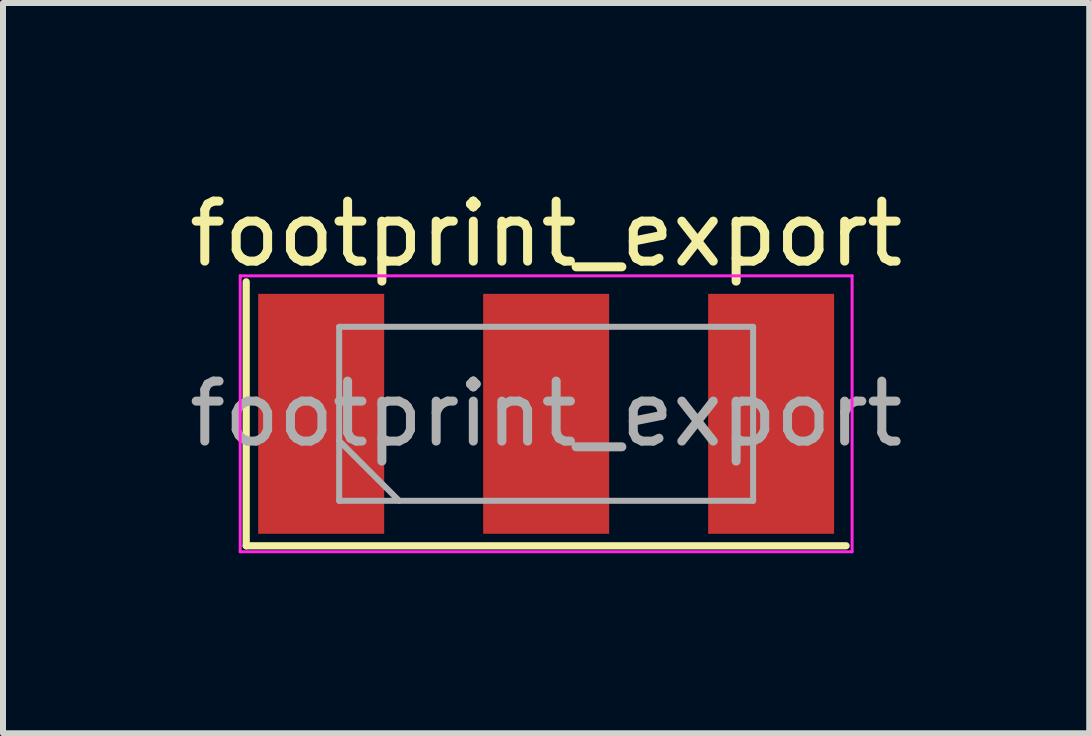
<source format=kicad_pcb>
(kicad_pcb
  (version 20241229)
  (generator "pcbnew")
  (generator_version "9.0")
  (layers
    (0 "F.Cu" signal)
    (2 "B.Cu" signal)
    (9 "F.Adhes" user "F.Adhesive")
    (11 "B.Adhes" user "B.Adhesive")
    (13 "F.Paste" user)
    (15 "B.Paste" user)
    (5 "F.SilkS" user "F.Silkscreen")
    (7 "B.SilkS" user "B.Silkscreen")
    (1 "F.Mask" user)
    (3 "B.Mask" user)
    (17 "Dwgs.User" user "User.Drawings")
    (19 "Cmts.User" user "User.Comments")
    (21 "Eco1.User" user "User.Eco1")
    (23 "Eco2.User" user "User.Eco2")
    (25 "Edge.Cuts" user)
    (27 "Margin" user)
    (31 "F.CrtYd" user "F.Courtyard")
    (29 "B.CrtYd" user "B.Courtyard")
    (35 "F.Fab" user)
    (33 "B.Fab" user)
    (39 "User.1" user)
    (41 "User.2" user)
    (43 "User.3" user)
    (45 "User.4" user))
  (footprint "footprint_export"
    (layer "F.Cu")
    (at 6.054 3.848)
    (property "Reference" "footprint_export" (at 0 -3 0) (layer "F.SilkS") (effects (font (size 1 1) (thickness 0.15))))
    (attr smd)
    (fp_line (start -5 -2.2) (end -5 2.2) (stroke (width 0.12) (type solid)) (layer "F.SilkS"))
    (fp_line (start -5 2.2) (end 5 2.2) (stroke (width 0.12) (type solid)) (layer "F.SilkS"))
    (fp_line (start -5.1 -2.3) (end -5.1 2.3) (stroke (width 0.05) (type solid)) (layer "F.CrtYd"))
    (fp_line (start -5.1 2.3) (end 5.1 2.3) (stroke (width 0.05) (type solid)) (layer "F.CrtYd"))
    (fp_line (start 5.1 -2.3) (end -5.1 -2.3) (stroke (width 0.05) (type solid)) (layer "F.CrtYd"))
    (fp_line (start 5.1 2.3) (end 5.1 -2.3) (stroke (width 0.05) (type solid)) (layer "F.CrtYd"))
    (fp_line (start -3.45 -1.45) (end -3.45 1.45) (stroke (width 0.1) (type solid)) (layer "F.Fab"))
    (fp_line (start -3.45 0.45) (end -2.45 1.45) (stroke (width 0.1) (type solid)) (layer "F.Fab"))
    (fp_line (start -3.45 1.45) (end 3.45 1.45) (stroke (width 0.1) (type solid)) (layer "F.Fab"))
    (fp_line (start 3.45 -1.45) (end -3.45 -1.45) (stroke (width 0.1) (type solid)) (layer "F.Fab"))
    (fp_line (start 3.45 1.45) (end 3.45 -1.45) (stroke (width 0.1) (type solid)) (layer "F.Fab"))
    (fp_text user "${REFERENCE}" (at 0 0 0) (layer "F.Fab") (effects (font (size 1 1) (thickness 0.15))))
    (pad "1" smd rect (at -3.75 0) (size 2.1 4) (layers "F.Cu" "F.Mask" "F.Paste"))
    (pad "2" smd rect (at 0 0) (size 2.1 4) (layers "F.Cu" "F.Mask" "F.Paste"))
    (pad "3" smd rect (at 3.75 0) (size 2.1 4) (layers "F.Cu" "F.Mask" "F.Paste")))
  (gr_rect
    (start -3 -3)
    (end 15.107 9.173)
    (stroke (width 0.1) (type default))
    (fill no)
    (layer "Edge.Cuts")))
</source>
